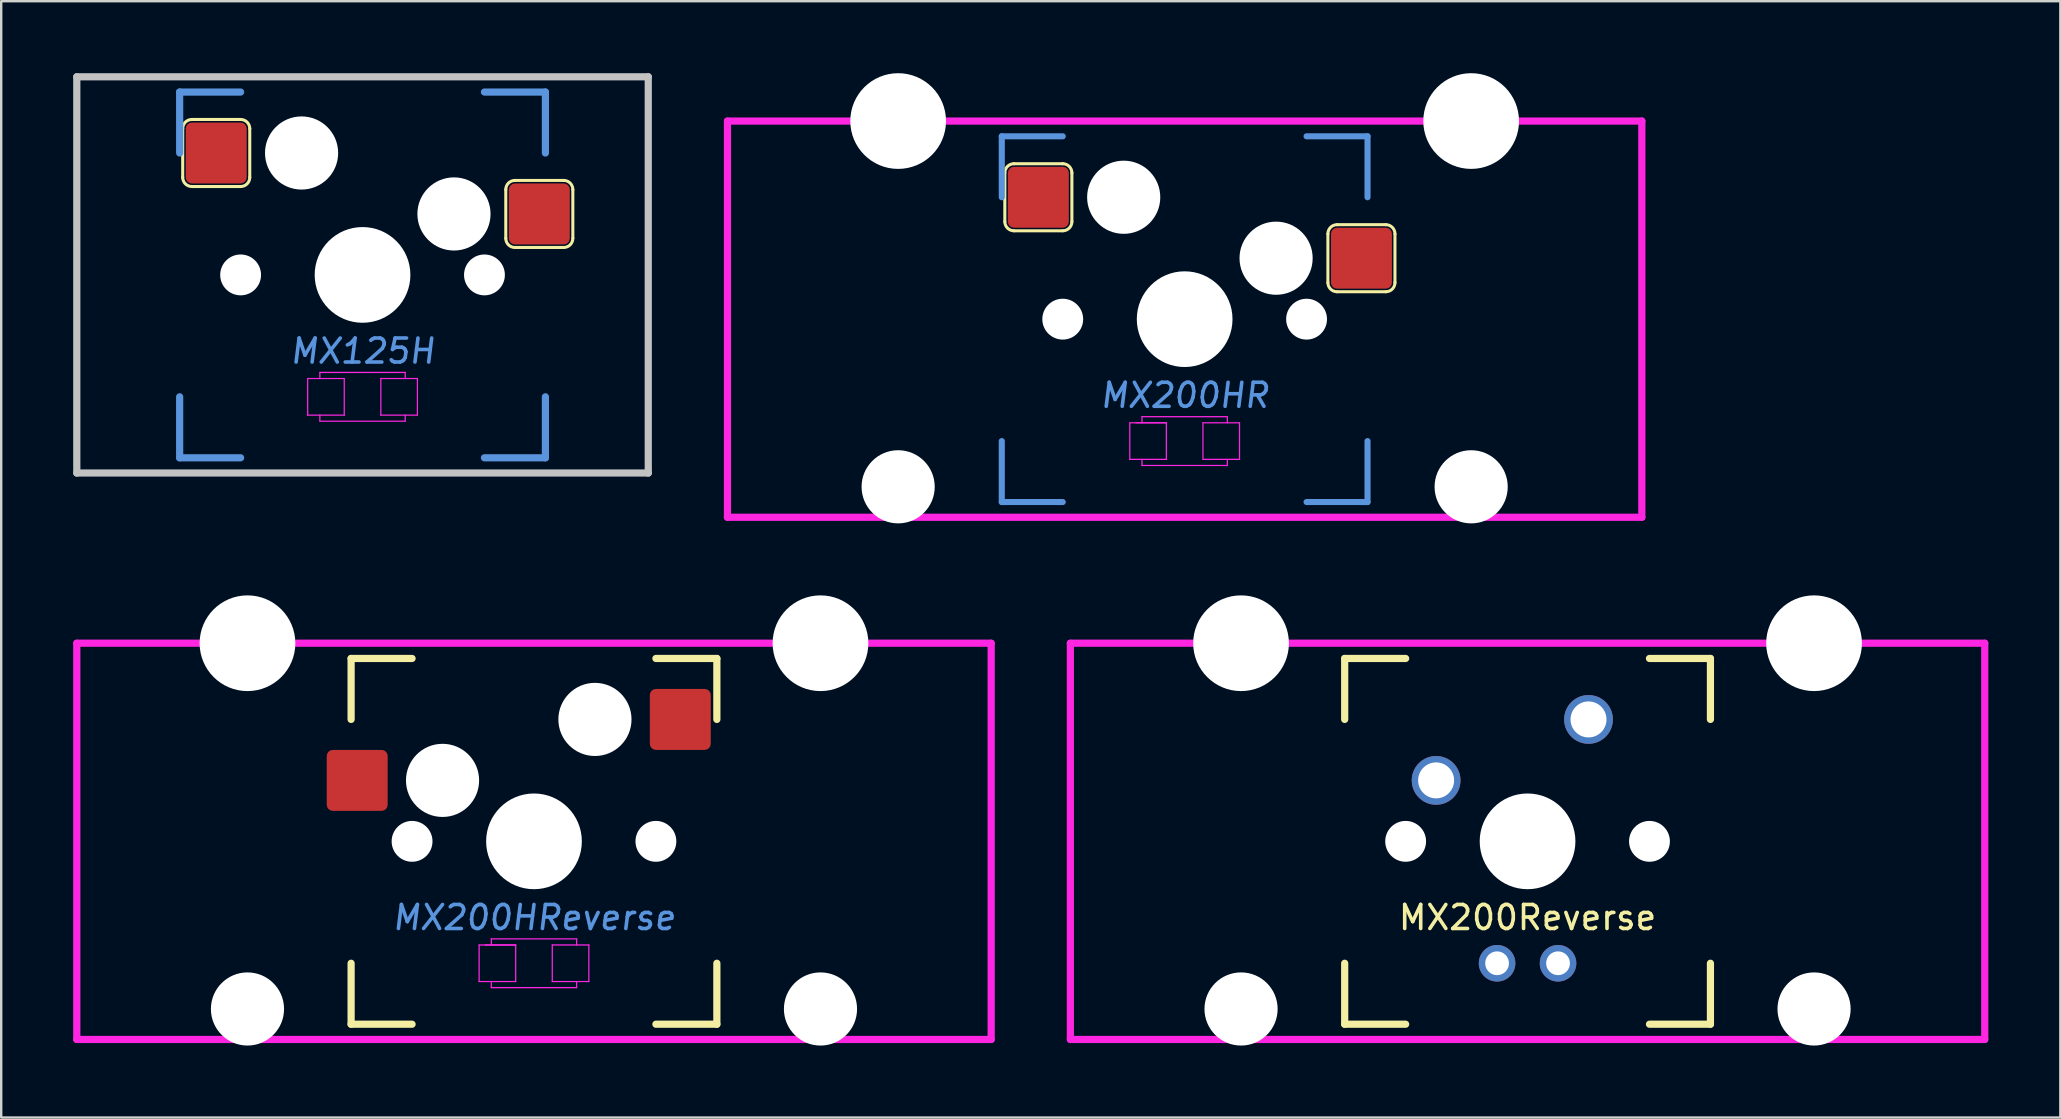
<source format=kicad_pcb>
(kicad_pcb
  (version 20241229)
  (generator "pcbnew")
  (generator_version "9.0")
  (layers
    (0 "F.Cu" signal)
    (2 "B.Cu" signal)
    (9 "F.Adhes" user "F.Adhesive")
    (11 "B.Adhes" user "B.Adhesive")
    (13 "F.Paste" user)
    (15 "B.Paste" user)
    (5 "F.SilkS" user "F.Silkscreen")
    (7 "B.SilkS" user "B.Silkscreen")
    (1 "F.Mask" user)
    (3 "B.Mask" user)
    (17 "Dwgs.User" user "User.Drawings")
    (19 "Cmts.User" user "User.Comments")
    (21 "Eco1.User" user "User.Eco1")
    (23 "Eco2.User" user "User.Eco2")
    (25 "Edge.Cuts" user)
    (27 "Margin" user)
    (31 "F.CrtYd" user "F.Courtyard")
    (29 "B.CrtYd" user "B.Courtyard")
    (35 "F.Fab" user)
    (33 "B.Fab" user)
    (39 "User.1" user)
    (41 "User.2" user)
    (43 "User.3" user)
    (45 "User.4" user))
  (footprint "MX125H"
    (layer "F.Cu")
    (at 12.056 8.405)
    (property "Reference" "MX125H" (at 0 3.175 0) (layer "Cmts.User") (effects (font (size 1 1) (thickness 0.15) (italic yes))))
    (attr through_hole)
    (fp_line (start -7.493 -4.064) (end -7.493 -6.096) (stroke (width 0.127) (type solid)) (layer "F.SilkS"))
    (fp_line (start -7.112 -6.477) (end -5.08 -6.477) (stroke (width 0.127) (type solid)) (layer "F.SilkS"))
    (fp_line (start -5.08 -3.683) (end -7.112 -3.683) (stroke (width 0.127) (type solid)) (layer "F.SilkS"))
    (fp_line (start -4.699 -6.096) (end -4.699 -4.064) (stroke (width 0.127) (type solid)) (layer "F.SilkS"))
    (fp_line (start 5.969 -1.524) (end 5.969 -3.556) (stroke (width 0.127) (type solid)) (layer "F.SilkS"))
    (fp_line (start 6.35 -3.937) (end 8.382 -3.937) (stroke (width 0.127) (type solid)) (layer "F.SilkS"))
    (fp_line (start 8.382 -1.143) (end 6.35 -1.143) (stroke (width 0.127) (type solid)) (layer "F.SilkS"))
    (fp_line (start 8.763 -3.556) (end 8.763 -1.524) (stroke (width 0.127) (type solid)) (layer "F.SilkS"))
    (fp_arc (start -7.493 -6.096) (mid -7.381408 -6.365408) (end -7.112 -6.477) (stroke (width 0.127) (type solid)) (layer "F.SilkS"))
    (fp_arc (start -7.112 -3.683) (mid -7.381408 -3.794592) (end -7.493 -4.064) (stroke (width 0.127) (type solid)) (layer "F.SilkS"))
    (fp_arc (start -5.08 -6.477) (mid -4.810592 -6.365408) (end -4.699 -6.096) (stroke (width 0.127) (type solid)) (layer "F.SilkS"))
    (fp_arc (start -4.699 -4.064) (mid -4.810592 -3.794592) (end -5.08 -3.683) (stroke (width 0.127) (type solid)) (layer "F.SilkS"))
    (fp_arc (start 5.969 -3.556) (mid 6.080592 -3.825408) (end 6.35 -3.937) (stroke (width 0.127) (type solid)) (layer "F.SilkS"))
    (fp_arc (start 6.35 -1.143) (mid 6.080592 -1.254592) (end 5.969 -1.524) (stroke (width 0.127) (type solid)) (layer "F.SilkS"))
    (fp_arc (start 8.382 -3.937) (mid 8.651408 -3.825408) (end 8.763 -3.556) (stroke (width 0.127) (type solid)) (layer "F.SilkS"))
    (fp_arc (start 8.763 -1.524) (mid 8.651408 -1.254592) (end 8.382 -1.143) (stroke (width 0.127) (type solid)) (layer "F.SilkS"))
    (fp_line (start -11.906 -8.255) (end -11.906 8.255) (stroke (width 0.3) (type solid)) (layer "Dwgs.User"))
    (fp_line (start -11.906 -8.255) (end 11.906 -8.255) (stroke (width 0.3) (type solid)) (layer "Dwgs.User"))
    (fp_line (start -11.906 8.255) (end 11.906 8.255) (stroke (width 0.3) (type solid)) (layer "Dwgs.User"))
    (fp_line (start 11.906 -8.255) (end 11.906 8.255) (stroke (width 0.3) (type solid)) (layer "Dwgs.User"))
    (fp_line (start -7.62 -7.62) (end -7.62 -5.08) (stroke (width 0.3) (type solid)) (layer "Cmts.User"))
    (fp_line (start -7.62 -7.62) (end -5.08 -7.62) (stroke (width 0.3) (type solid)) (layer "Cmts.User"))
    (fp_line (start -7.62 7.62) (end -7.62 5.08) (stroke (width 0.3) (type solid)) (layer "Cmts.User"))
    (fp_line (start -7.62 7.62) (end -5.08 7.62) (stroke (width 0.3) (type solid)) (layer "Cmts.User"))
    (fp_line (start 7.62 -7.62) (end 5.08 -7.62) (stroke (width 0.3) (type solid)) (layer "Cmts.User"))
    (fp_line (start 7.62 -7.62) (end 7.62 -5.08) (stroke (width 0.3) (type solid)) (layer "Cmts.User"))
    (fp_line (start 7.62 7.62) (end 5.08 7.62) (stroke (width 0.3) (type solid)) (layer "Cmts.User"))
    (fp_line (start 7.62 7.62) (end 7.62 5.08) (stroke (width 0.3) (type solid)) (layer "Cmts.User"))
    (fp_line (start -2.286 4.318) (end -2.286 5.842) (stroke (width 0.051) (type solid)) (layer "F.CrtYd"))
    (fp_line (start -2.286 5.842) (end -0.762 5.842) (stroke (width 0.051) (type solid)) (layer "F.CrtYd"))
    (fp_line (start -1.778 4.064) (end 1.778 4.064) (stroke (width 0.051) (type solid)) (layer "F.CrtYd"))
    (fp_line (start -1.778 4.318) (end -1.778 4.064) (stroke (width 0.051) (type solid)) (layer "F.CrtYd"))
    (fp_line (start -1.778 5.842) (end -1.778 6.096) (stroke (width 0.051) (type solid)) (layer "F.CrtYd"))
    (fp_line (start -1.778 6.096) (end 1.778 6.096) (stroke (width 0.051) (type solid)) (layer "F.CrtYd"))
    (fp_line (start -0.762 4.318) (end -2.286 4.318) (stroke (width 0.051) (type solid)) (layer "F.CrtYd"))
    (fp_line (start -0.762 5.842) (end -0.762 4.318) (stroke (width 0.051) (type solid)) (layer "F.CrtYd"))
    (fp_line (start 0.762 4.318) (end 0.762 5.842) (stroke (width 0.051) (type solid)) (layer "F.CrtYd"))
    (fp_line (start 0.762 5.842) (end 2.286 5.842) (stroke (width 0.051) (type solid)) (layer "F.CrtYd"))
    (fp_line (start 1.778 4.064) (end 1.778 4.318) (stroke (width 0.051) (type solid)) (layer "F.CrtYd"))
    (fp_line (start 1.778 5.842) (end 1.778 6.096) (stroke (width 0.051) (type solid)) (layer "F.CrtYd"))
    (fp_line (start 2.286 4.318) (end 0.762 4.318) (stroke (width 0.051) (type solid)) (layer "F.CrtYd"))
    (fp_line (start 2.286 5.842) (end 2.286 4.318) (stroke (width 0.051) (type solid)) (layer "F.CrtYd"))
    (pad "" np_thru_hole circle (at -5.08 0) (size 1.702 1.702) (drill 1.702) (layers "*.Cu" "*.Mask"))
    (pad "" np_thru_hole circle (at -2.54 -5.08) (size 3.048 3.048) (drill 3.048) (layers "*.Cu" "*.Mask"))
    (pad "" np_thru_hole circle (at 0 0) (size 3.988 3.988) (drill 3.988) (layers "*.Cu" "*.Mask"))
    (pad "" np_thru_hole circle (at 3.81 -2.54) (size 3.048 3.048) (drill 3.048) (layers "*.Cu" "*.Mask"))
    (pad "" np_thru_hole circle (at 5.08 0) (size 1.702 1.702) (drill 1.702) (layers "*.Cu" "*.Mask"))
    (pad "1" smd roundrect (at 7.366 -2.54) (size 2.54 2.54) (layers "F.Cu" "F.Mask" "F.Paste") (roundrect_rratio 0.1))
    (pad "2" smd roundrect (at -6.096 -5.08) (size 2.54 2.54) (layers "F.Cu" "F.Mask" "F.Paste") (roundrect_rratio 0.1)))
  (footprint "MX200HR"
    (layer "F.Cu")
    (at 46.312 10.249)
    (property "Reference" "MX200HR" (at 0 3.175 0) (layer "Cmts.User") (effects (font (size 1 1) (thickness 0.15) (italic yes))))
    (attr through_hole)
    (fp_line (start -7.493 -6.096) (end -7.493 -4.064) (stroke (width 0.127) (type solid)) (layer "F.SilkS"))
    (fp_line (start -7.112 -3.683) (end -5.08 -3.683) (stroke (width 0.127) (type solid)) (layer "F.SilkS"))
    (fp_line (start -5.08 -6.477) (end -7.112 -6.477) (stroke (width 0.127) (type solid)) (layer "F.SilkS"))
    (fp_line (start -4.699 -4.064) (end -4.699 -6.096) (stroke (width 0.127) (type solid)) (layer "F.SilkS"))
    (fp_line (start 5.969 -3.556) (end 5.969 -1.524) (stroke (width 0.127) (type solid)) (layer "F.SilkS"))
    (fp_line (start 6.35 -1.143) (end 8.382 -1.143) (stroke (width 0.127) (type solid)) (layer "F.SilkS"))
    (fp_line (start 8.382 -3.937) (end 6.35 -3.937) (stroke (width 0.127) (type solid)) (layer "F.SilkS"))
    (fp_line (start 8.763 -1.524) (end 8.763 -3.556) (stroke (width 0.127) (type solid)) (layer "F.SilkS"))
    (fp_arc (start -7.493 -6.096) (mid -7.381408 -6.365408) (end -7.112 -6.477) (stroke (width 0.127) (type solid)) (layer "F.SilkS"))
    (fp_arc (start -7.112 -3.683) (mid -7.381408 -3.794592) (end -7.493 -4.064) (stroke (width 0.127) (type solid)) (layer "F.SilkS"))
    (fp_arc (start -5.08 -6.477) (mid -4.810592 -6.365408) (end -4.699 -6.096) (stroke (width 0.127) (type solid)) (layer "F.SilkS"))
    (fp_arc (start -4.699 -4.064) (mid -4.810592 -3.794592) (end -5.08 -3.683) (stroke (width 0.127) (type solid)) (layer "F.SilkS"))
    (fp_arc (start 5.969 -3.556) (mid 6.080592 -3.825408) (end 6.35 -3.937) (stroke (width 0.127) (type solid)) (layer "F.SilkS"))
    (fp_arc (start 6.35 -1.143) (mid 6.080592 -1.254592) (end 5.969 -1.524) (stroke (width 0.127) (type solid)) (layer "F.SilkS"))
    (fp_arc (start 8.382 -3.937) (mid 8.651408 -3.825408) (end 8.763 -3.556) (stroke (width 0.127) (type solid)) (layer "F.SilkS"))
    (fp_arc (start 8.763 -1.524) (mid 8.651408 -1.254592) (end 8.382 -1.143) (stroke (width 0.127) (type solid)) (layer "F.SilkS"))
    (fp_line (start -7.62 -7.62) (end -7.62 -5.08) (stroke (width 0.254) (type solid)) (layer "Cmts.User"))
    (fp_line (start -7.62 -7.62) (end -5.08 -7.62) (stroke (width 0.254) (type solid)) (layer "Cmts.User"))
    (fp_line (start -7.62 7.62) (end -7.62 5.08) (stroke (width 0.254) (type solid)) (layer "Cmts.User"))
    (fp_line (start -7.62 7.62) (end -5.08 7.62) (stroke (width 0.254) (type solid)) (layer "Cmts.User"))
    (fp_line (start 7.62 -7.62) (end 5.08 -7.62) (stroke (width 0.254) (type solid)) (layer "Cmts.User"))
    (fp_line (start 7.62 -7.62) (end 7.62 -5.08) (stroke (width 0.254) (type solid)) (layer "Cmts.User"))
    (fp_line (start 7.62 7.62) (end 5.08 7.62) (stroke (width 0.254) (type solid)) (layer "Cmts.User"))
    (fp_line (start 7.62 7.62) (end 7.62 5.08) (stroke (width 0.254) (type solid)) (layer "Cmts.User"))
    (fp_line (start -19.05 -8.255) (end -19.05 8.255) (stroke (width 0.3) (type solid)) (layer "F.CrtYd"))
    (fp_line (start -19.05 -8.255) (end 19.05 -8.255) (stroke (width 0.3) (type solid)) (layer "F.CrtYd"))
    (fp_line (start -19.05 8.255) (end 19.05 8.255) (stroke (width 0.3) (type solid)) (layer "F.CrtYd"))
    (fp_line (start -2.286 5.842) (end -2.286 4.318) (stroke (width 0.051) (type solid)) (layer "F.CrtYd"))
    (fp_line (start -2.032 4.318) (end -0.762 4.318) (stroke (width 0.051) (type solid)) (layer "F.CrtYd"))
    (fp_line (start -1.778 4.064) (end 1.778 4.064) (stroke (width 0.051) (type solid)) (layer "F.CrtYd"))
    (fp_line (start -1.778 4.318) (end -1.778 4.064) (stroke (width 0.051) (type solid)) (layer "F.CrtYd"))
    (fp_line (start -1.778 6.096) (end -1.778 5.842) (stroke (width 0.051) (type solid)) (layer "F.CrtYd"))
    (fp_line (start -0.762 4.318) (end -2.286 4.318) (stroke (width 0.051) (type solid)) (layer "F.CrtYd"))
    (fp_line (start -0.762 4.318) (end -0.762 5.842) (stroke (width 0.051) (type solid)) (layer "F.CrtYd"))
    (fp_line (start -0.762 5.842) (end -2.286 5.842) (stroke (width 0.051) (type solid)) (layer "F.CrtYd"))
    (fp_line (start 0.762 4.318) (end 2.286 4.318) (stroke (width 0.051) (type solid)) (layer "F.CrtYd"))
    (fp_line (start 0.762 5.842) (end 0.762 4.318) (stroke (width 0.051) (type solid)) (layer "F.CrtYd"))
    (fp_line (start 1.778 4.064) (end 1.778 4.318) (stroke (width 0.051) (type solid)) (layer "F.CrtYd"))
    (fp_line (start 1.778 5.842) (end 1.778 6.096) (stroke (width 0.051) (type solid)) (layer "F.CrtYd"))
    (fp_line (start 1.778 6.096) (end -1.778 6.096) (stroke (width 0.051) (type solid)) (layer "F.CrtYd"))
    (fp_line (start 2.286 4.318) (end 2.286 5.842) (stroke (width 0.051) (type solid)) (layer "F.CrtYd"))
    (fp_line (start 2.286 5.842) (end 0.762 5.842) (stroke (width 0.051) (type solid)) (layer "F.CrtYd"))
    (fp_line (start 19.05 -8.255) (end 19.05 8.255) (stroke (width 0.3) (type solid)) (layer "F.CrtYd"))
    (pad "" np_thru_hole circle (at -11.938 -8.255) (size 3.988 3.988) (drill 3.988) (layers "*.Cu" "*.Mask"))
    (pad "" np_thru_hole circle (at -11.938 6.985) (size 3.048 3.048) (drill 3.048) (layers "*.Cu" "*.Mask"))
    (pad "" np_thru_hole circle (at -5.08 0) (size 1.702 1.702) (drill 1.702) (layers "*.Cu" "*.Mask"))
    (pad "" np_thru_hole circle (at -2.54 -5.08) (size 3.048 3.048) (drill 3.048) (layers "*.Cu" "*.Mask"))
    (pad "" np_thru_hole circle (at 0 0) (size 3.988 3.988) (drill 3.988) (layers "*.Cu" "*.Mask"))
    (pad "" np_thru_hole circle (at 3.81 -2.54) (size 3.048 3.048) (drill 3.048) (layers "*.Cu" "*.Mask"))
    (pad "" np_thru_hole circle (at 5.08 0) (size 1.702 1.702) (drill 1.702) (layers "*.Cu" "*.Mask"))
    (pad "" np_thru_hole circle (at 11.938 -8.255) (size 3.988 3.988) (drill 3.988) (layers "*.Cu" "*.Mask"))
    (pad "" np_thru_hole circle (at 11.938 6.985) (size 3.048 3.048) (drill 3.048) (layers "*.Cu" "*.Mask"))
    (pad "1" smd roundrect (at 7.366 -2.54) (size 2.54 2.54) (layers "F.Cu" "F.Mask" "F.Paste") (roundrect_rratio 0.1))
    (pad "2" smd roundrect (at -6.096 -5.08) (size 2.54 2.54) (layers "F.Cu" "F.Mask" "F.Paste") (roundrect_rratio 0.1)))
  (footprint "MX200Reverse"
    (layer "F.Cu")
    (at 60.6 32.007)
    (property "Reference" "MX200Reverse" (at 0 3.175 0) (layer "F.SilkS") (effects (font (size 1 1) (thickness 0.15))))
    (attr through_hole)
    (fp_line (start -7.62 -7.62) (end -7.62 -5.08) (stroke (width 0.3) (type solid)) (layer "F.SilkS"))
    (fp_line (start -7.62 -7.62) (end -5.08 -7.62) (stroke (width 0.3) (type solid)) (layer "F.SilkS"))
    (fp_line (start -7.62 7.62) (end -7.62 5.08) (stroke (width 0.3) (type solid)) (layer "F.SilkS"))
    (fp_line (start -7.62 7.62) (end -5.08 7.62) (stroke (width 0.3) (type solid)) (layer "F.SilkS"))
    (fp_line (start 7.62 -7.62) (end 5.08 -7.62) (stroke (width 0.3) (type solid)) (layer "F.SilkS"))
    (fp_line (start 7.62 -7.62) (end 7.62 -5.08) (stroke (width 0.3) (type solid)) (layer "F.SilkS"))
    (fp_line (start 7.62 7.62) (end 5.08 7.62) (stroke (width 0.3) (type solid)) (layer "F.SilkS"))
    (fp_line (start 7.62 7.62) (end 7.62 5.08) (stroke (width 0.3) (type solid)) (layer "F.SilkS"))
    (fp_line (start -19.05 -8.255) (end -19.05 8.255) (stroke (width 0.3) (type solid)) (layer "F.CrtYd"))
    (fp_line (start -19.05 -8.255) (end 19.05 -8.255) (stroke (width 0.3) (type solid)) (layer "F.CrtYd"))
    (fp_line (start -19.05 8.255) (end 19.05 8.255) (stroke (width 0.3) (type solid)) (layer "F.CrtYd"))
    (fp_line (start 19.05 -8.255) (end 19.05 8.255) (stroke (width 0.3) (type solid)) (layer "F.CrtYd"))
    (pad "" np_thru_hole circle (at -11.938 -8.255) (size 3.988 3.988) (drill 3.988) (layers "*.Cu" "*.Mask"))
    (pad "" np_thru_hole circle (at -11.938 6.985) (size 3.048 3.048) (drill 3.048) (layers "*.Cu" "*.Mask"))
    (pad "" np_thru_hole circle (at -5.08 0) (size 1.702 1.702) (drill 1.702) (layers "*.Cu" "*.Mask"))
    (pad "" thru_hole circle (at -3.81 -2.54) (size 2.032 2.032) (drill 1.499) (layers "*.Cu" "*.Mask"))
    (pad "" thru_hole circle (at -1.27 5.08) (size 1.524 1.524) (drill 0.991) (layers "*.Cu" "*.Mask"))
    (pad "" np_thru_hole circle (at 0 0) (size 3.988 3.988) (drill 3.988) (layers "*.Cu" "*.Mask"))
    (pad "" thru_hole circle (at 1.27 5.08) (size 1.524 1.524) (drill 0.991) (layers "*.Cu" "*.Mask"))
    (pad "" np_thru_hole circle (at 5.08 0) (size 1.702 1.702) (drill 1.702) (layers "*.Cu" "*.Mask"))
    (pad "" np_thru_hole circle (at 11.938 -8.255) (size 3.988 3.988) (drill 3.988) (layers "*.Cu" "*.Mask"))
    (pad "" np_thru_hole circle (at 11.938 6.985) (size 3.048 3.048) (drill 3.048) (layers "*.Cu" "*.Mask"))
    (pad "1" thru_hole circle (at 2.54 -5.08) (size 2.032 2.032) (drill 1.499) (layers "*.Cu" "*.Mask")))
  (footprint "MX200HReverse"
    (layer "F.Cu")
    (at 19.2 32.007)
    (property "Reference" "MX200HReverse" (at 0 3.175 0) (layer "Cmts.User") (effects (font (size 1 1) (thickness 0.15) (italic yes))))
    (attr through_hole)
    (fp_line (start -7.62 -7.62) (end -7.62 -5.08) (stroke (width 0.3) (type solid)) (layer "F.SilkS"))
    (fp_line (start -7.62 -7.62) (end -5.08 -7.62) (stroke (width 0.3) (type solid)) (layer "F.SilkS"))
    (fp_line (start -7.62 7.62) (end -7.62 5.08) (stroke (width 0.3) (type solid)) (layer "F.SilkS"))
    (fp_line (start -7.62 7.62) (end -5.08 7.62) (stroke (width 0.3) (type solid)) (layer "F.SilkS"))
    (fp_line (start 7.62 -7.62) (end 5.08 -7.62) (stroke (width 0.3) (type solid)) (layer "F.SilkS"))
    (fp_line (start 7.62 -7.62) (end 7.62 -5.08) (stroke (width 0.3) (type solid)) (layer "F.SilkS"))
    (fp_line (start 7.62 7.62) (end 5.08 7.62) (stroke (width 0.3) (type solid)) (layer "F.SilkS"))
    (fp_line (start 7.62 7.62) (end 7.62 5.08) (stroke (width 0.3) (type solid)) (layer "F.SilkS"))
    (fp_line (start -19.05 -8.255) (end -19.05 8.255) (stroke (width 0.3) (type solid)) (layer "F.CrtYd"))
    (fp_line (start -19.05 -8.255) (end 19.05 -8.255) (stroke (width 0.3) (type solid)) (layer "F.CrtYd"))
    (fp_line (start -19.05 8.255) (end 19.05 8.255) (stroke (width 0.3) (type solid)) (layer "F.CrtYd"))
    (fp_line (start -2.286 5.842) (end -2.286 4.318) (stroke (width 0.051) (type solid)) (layer "F.CrtYd"))
    (fp_line (start -2.032 4.318) (end -0.762 4.318) (stroke (width 0.051) (type solid)) (layer "F.CrtYd"))
    (fp_line (start -1.778 4.064) (end 1.778 4.064) (stroke (width 0.051) (type solid)) (layer "F.CrtYd"))
    (fp_line (start -1.778 4.318) (end -1.778 4.064) (stroke (width 0.051) (type solid)) (layer "F.CrtYd"))
    (fp_line (start -1.778 6.096) (end -1.778 5.842) (stroke (width 0.051) (type solid)) (layer "F.CrtYd"))
    (fp_line (start -0.762 4.318) (end -2.286 4.318) (stroke (width 0.051) (type solid)) (layer "F.CrtYd"))
    (fp_line (start -0.762 4.318) (end -0.762 5.842) (stroke (width 0.051) (type solid)) (layer "F.CrtYd"))
    (fp_line (start -0.762 5.842) (end -2.286 5.842) (stroke (width 0.051) (type solid)) (layer "F.CrtYd"))
    (fp_line (start 0.762 4.318) (end 2.286 4.318) (stroke (width 0.051) (type solid)) (layer "F.CrtYd"))
    (fp_line (start 0.762 5.842) (end 0.762 4.318) (stroke (width 0.051) (type solid)) (layer "F.CrtYd"))
    (fp_line (start 1.778 4.064) (end 1.778 4.318) (stroke (width 0.051) (type solid)) (layer "F.CrtYd"))
    (fp_line (start 1.778 5.842) (end 1.778 6.096) (stroke (width 0.051) (type solid)) (layer "F.CrtYd"))
    (fp_line (start 1.778 6.096) (end -1.778 6.096) (stroke (width 0.051) (type solid)) (layer "F.CrtYd"))
    (fp_line (start 2.286 4.318) (end 2.286 5.842) (stroke (width 0.051) (type solid)) (layer "F.CrtYd"))
    (fp_line (start 2.286 5.842) (end 0.762 5.842) (stroke (width 0.051) (type solid)) (layer "F.CrtYd"))
    (fp_line (start 19.05 -8.255) (end 19.05 8.255) (stroke (width 0.3) (type solid)) (layer "F.CrtYd"))
    (pad "" np_thru_hole circle (at -11.938 -8.255) (size 3.988 3.988) (drill 3.988) (layers "*.Cu" "*.Mask"))
    (pad "" np_thru_hole circle (at -11.938 6.985) (size 3.048 3.048) (drill 3.048) (layers "*.Cu" "*.Mask"))
    (pad "" np_thru_hole circle (at -5.08 0) (size 1.702 1.702) (drill 1.702) (layers "*.Cu" "*.Mask"))
    (pad "" np_thru_hole circle (at -3.81 -2.54) (size 3.048 3.048) (drill 3.048) (layers "*.Cu" "*.Mask"))
    (pad "" np_thru_hole circle (at 0 0) (size 3.988 3.988) (drill 3.988) (layers "*.Cu" "*.Mask"))
    (pad "" np_thru_hole circle (at 2.54 -5.08) (size 3.048 3.048) (drill 3.048) (layers "*.Cu" "*.Mask"))
    (pad "" np_thru_hole circle (at 5.08 0) (size 1.702 1.702) (drill 1.702) (layers "*.Cu" "*.Mask"))
    (pad "" np_thru_hole circle (at 11.938 -8.255) (size 3.988 3.988) (drill 3.988) (layers "*.Cu" "*.Mask"))
    (pad "" np_thru_hole circle (at 11.938 6.985) (size 3.048 3.048) (drill 3.048) (layers "*.Cu" "*.Mask"))
    (pad "1" smd roundrect (at -7.366 -2.54) (size 2.54 2.54) (layers "F.Cu" "F.Mask" "F.Paste") (roundrect_rratio 0.1))
    (pad "2" smd roundrect (at 6.096 -5.08) (size 2.54 2.54) (layers "F.Cu" "F.Mask" "F.Paste") (roundrect_rratio 0.1)))
  (gr_rect
    (start -3 -3)
    (end 82.8 43.516)
    (stroke (width 0.1) (type default))
    (fill no)
    (layer "Edge.Cuts")))
</source>
